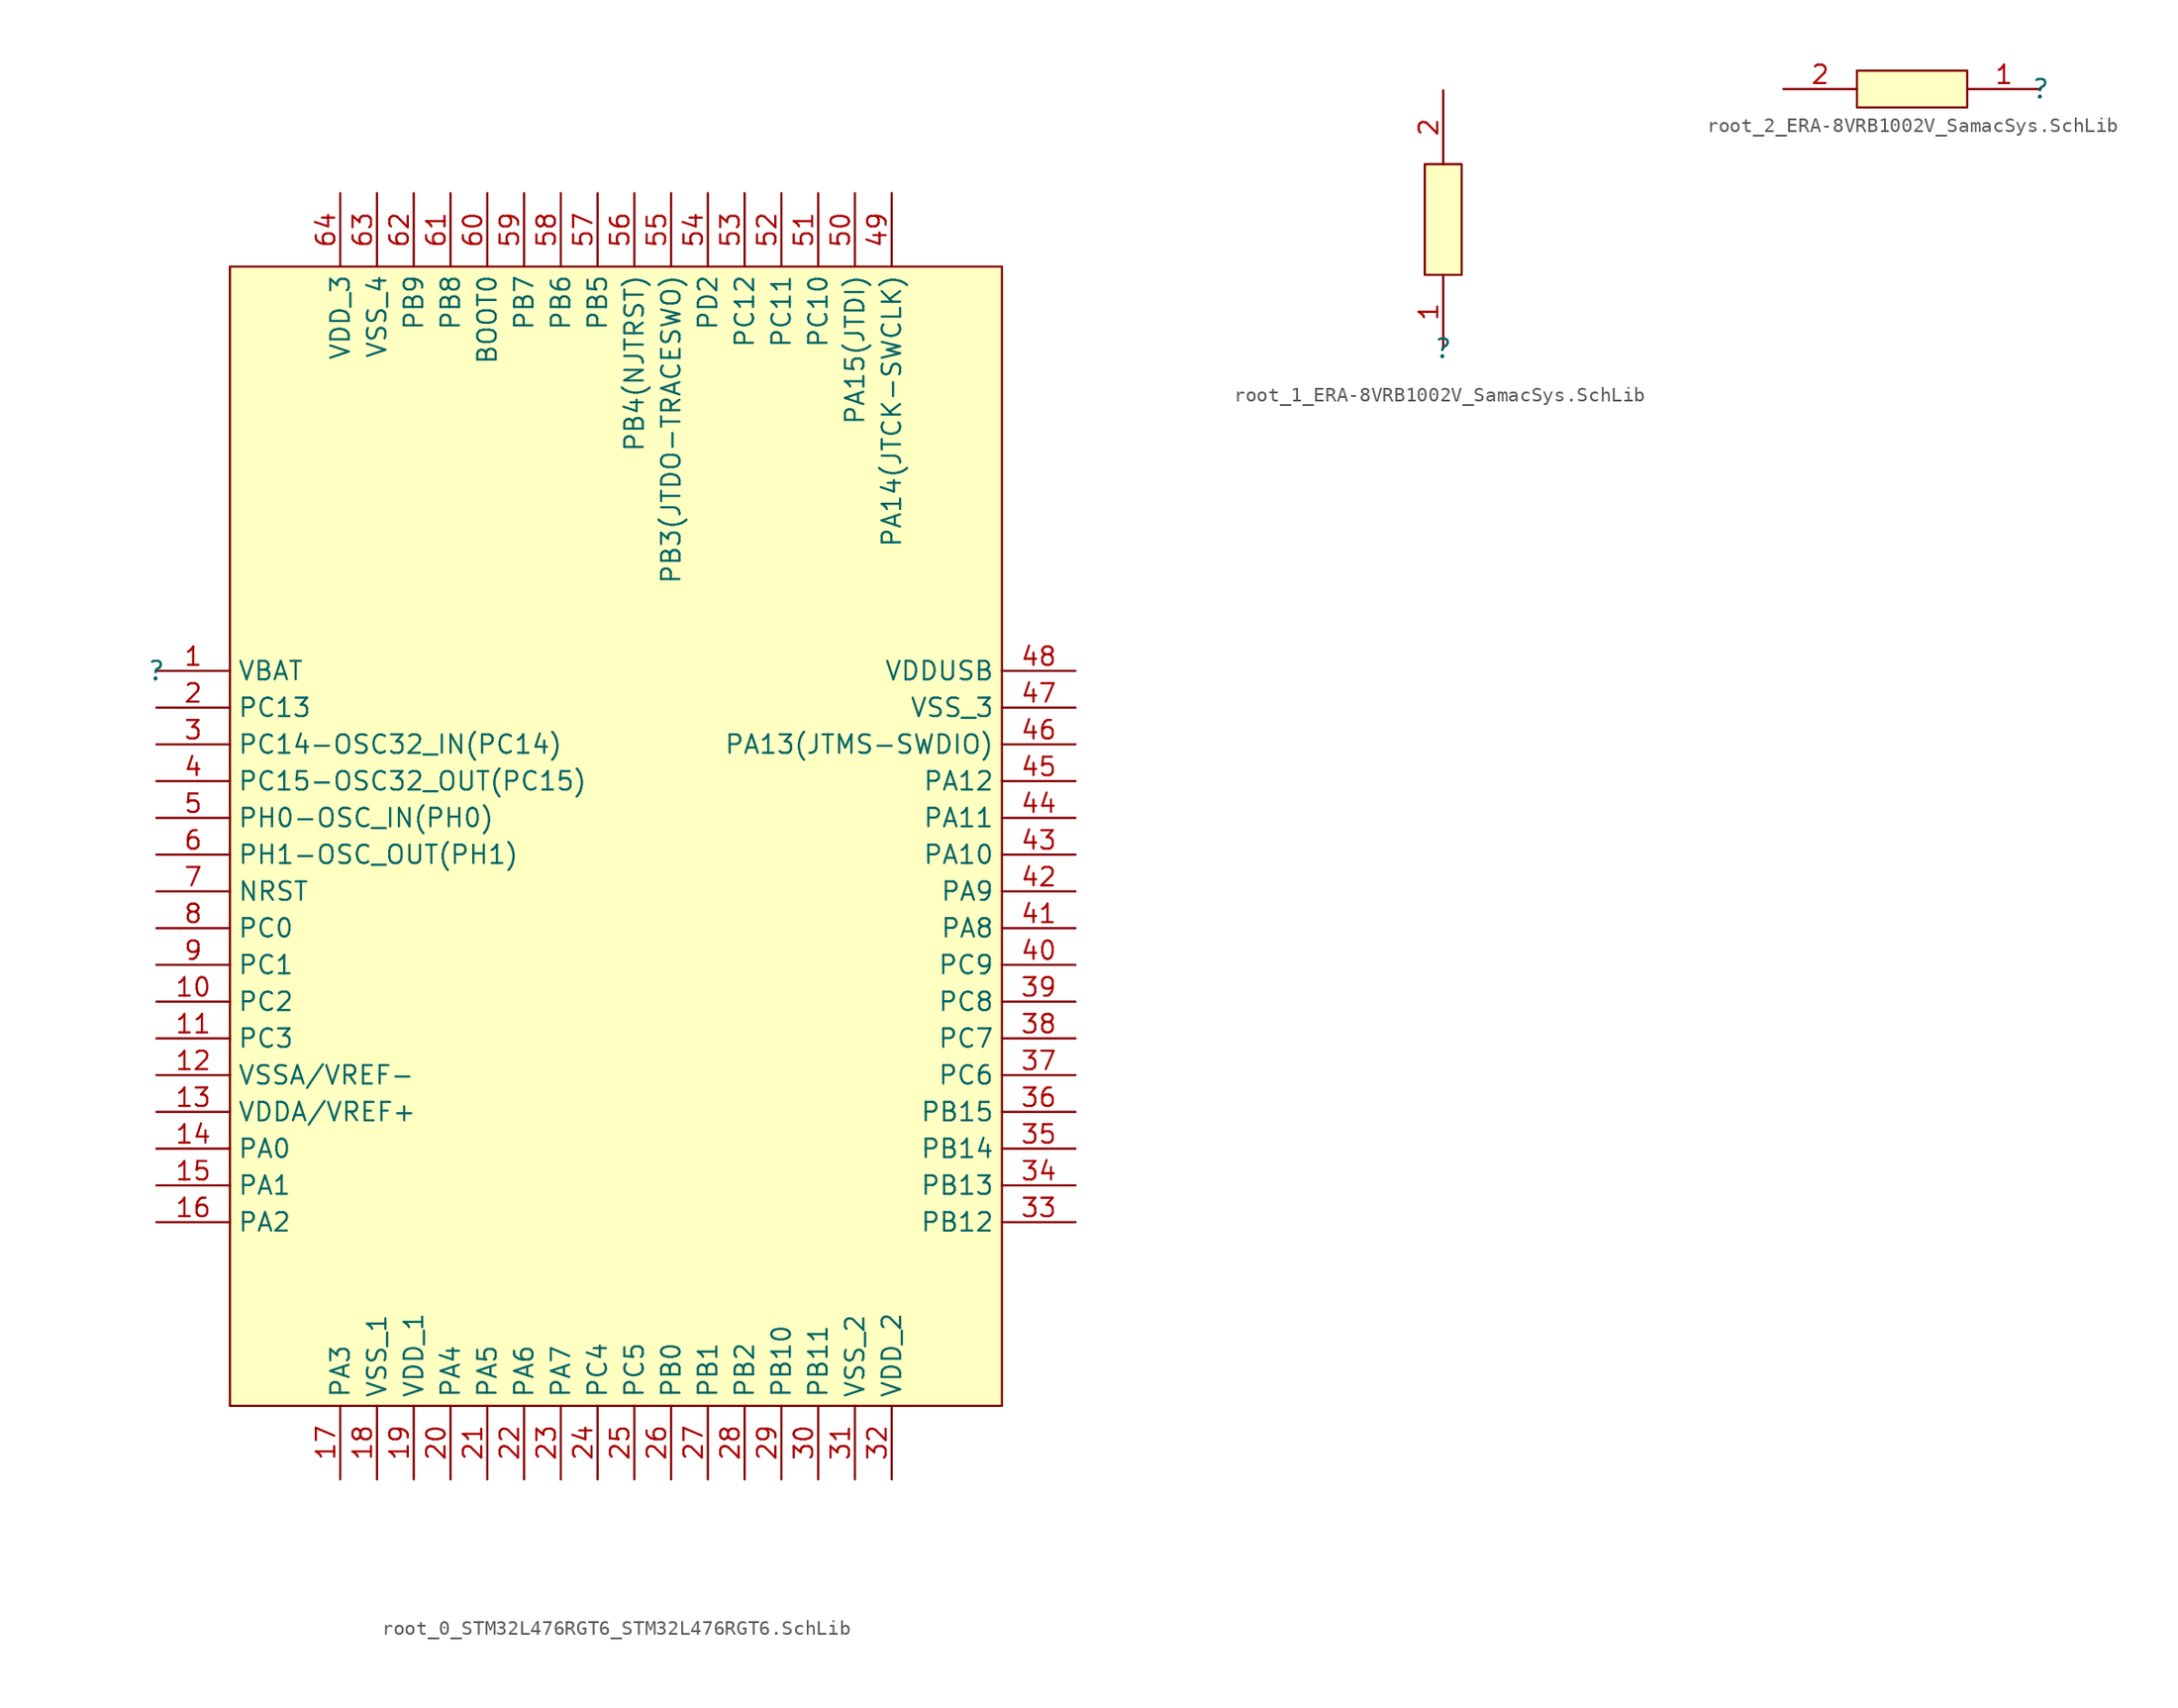
<source format=kicad_sym>
(kicad_symbol_lib
  (version 20241209)
  (generator "kicad_symbol_editor")
  (generator_version "9.0")
  (symbol "root_0_STM32L476RGT6_STM32L476RGT6.SchLib"
    (property "Reference" ""
      (at 0 0 0)
      (effects (font (size 1.27 1.27))))
    (property "Value" ""
      (at 0 0 0)
      (effects (font (size 1.27 1.27))))
    (symbol "root_0_STM32L476RGT6_STM32L476RGT6.SchLib_1_0"
      (rectangle (start 58.42 27.94) (end 5.08 -50.8) (stroke (width 0) (type solid) (color 128 0 0 1)) (fill (type background)))
      (pin passive line (at 0 0 0) (length 5.08) (name "VBAT" (effects (font (size 1.27 1.27)))) (number "1" (effects (font (size 1.27 1.27)))))
      (pin passive line (at 0 -2.54 0) (length 5.08) (name "PC13" (effects (font (size 1.27 1.27)))) (number "2" (effects (font (size 1.27 1.27)))))
      (pin passive line (at 0 -5.08 0) (length 5.08) (name "PC14-OSC32_IN(PC14)" (effects (font (size 1.27 1.27)))) (number "3" (effects (font (size 1.27 1.27)))))
      (pin passive line (at 0 -7.62 0) (length 5.08) (name "PC15-OSC32_OUT(PC15)" (effects (font (size 1.27 1.27)))) (number "4" (effects (font (size 1.27 1.27)))))
      (pin passive line (at 0 -10.16 0) (length 5.08) (name "PH0-OSC_IN(PH0)" (effects (font (size 1.27 1.27)))) (number "5" (effects (font (size 1.27 1.27)))))
      (pin passive line (at 0 -12.7 0) (length 5.08) (name "PH1-OSC_OUT(PH1)" (effects (font (size 1.27 1.27)))) (number "6" (effects (font (size 1.27 1.27)))))
      (pin passive line (at 0 -15.24 0) (length 5.08) (name "NRST" (effects (font (size 1.27 1.27)))) (number "7" (effects (font (size 1.27 1.27)))))
      (pin passive line (at 0 -17.78 0) (length 5.08) (name "PC0" (effects (font (size 1.27 1.27)))) (number "8" (effects (font (size 1.27 1.27)))))
      (pin passive line (at 0 -20.32 0) (length 5.08) (name "PC1" (effects (font (size 1.27 1.27)))) (number "9" (effects (font (size 1.27 1.27)))))
      (pin passive line (at 0 -22.86 0) (length 5.08) (name "PC2" (effects (font (size 1.27 1.27)))) (number "10" (effects (font (size 1.27 1.27)))))
      (pin passive line (at 0 -25.4 0) (length 5.08) (name "PC3" (effects (font (size 1.27 1.27)))) (number "11" (effects (font (size 1.27 1.27)))))
      (pin passive line (at 0 -27.94 0) (length 5.08) (name "VSSA/VREF-" (effects (font (size 1.27 1.27)))) (number "12" (effects (font (size 1.27 1.27)))))
      (pin passive line (at 0 -30.48 0) (length 5.08) (name "VDDA/VREF+" (effects (font (size 1.27 1.27)))) (number "13" (effects (font (size 1.27 1.27)))))
      (pin passive line (at 0 -33.02 0) (length 5.08) (name "PA0" (effects (font (size 1.27 1.27)))) (number "14" (effects (font (size 1.27 1.27)))))
      (pin passive line (at 0 -35.56 0) (length 5.08) (name "PA1" (effects (font (size 1.27 1.27)))) (number "15" (effects (font (size 1.27 1.27)))))
      (pin passive line (at 0 -38.1 0) (length 5.08) (name "PA2" (effects (font (size 1.27 1.27)))) (number "16" (effects (font (size 1.27 1.27)))))
      (pin passive line (at 12.7 33.02 270) (length 5.08) (name "VDD_3" (effects (font (size 1.27 1.27)))) (number "64" (effects (font (size 1.27 1.27)))))
      (pin passive line (at 12.7 -55.88 90) (length 5.08) (name "PA3" (effects (font (size 1.27 1.27)))) (number "17" (effects (font (size 1.27 1.27)))))
      (pin passive line (at 15.24 33.02 270) (length 5.08) (name "VSS_4" (effects (font (size 1.27 1.27)))) (number "63" (effects (font (size 1.27 1.27)))))
      (pin passive line (at 15.24 -55.88 90) (length 5.08) (name "VSS_1" (effects (font (size 1.27 1.27)))) (number "18" (effects (font (size 1.27 1.27)))))
      (pin passive line (at 17.78 33.02 270) (length 5.08) (name "PB9" (effects (font (size 1.27 1.27)))) (number "62" (effects (font (size 1.27 1.27)))))
      (pin passive line (at 17.78 -55.88 90) (length 5.08) (name "VDD_1" (effects (font (size 1.27 1.27)))) (number "19" (effects (font (size 1.27 1.27)))))
      (pin passive line (at 20.32 33.02 270) (length 5.08) (name "PB8" (effects (font (size 1.27 1.27)))) (number "61" (effects (font (size 1.27 1.27)))))
      (pin passive line (at 20.32 -55.88 90) (length 5.08) (name "PA4" (effects (font (size 1.27 1.27)))) (number "20" (effects (font (size 1.27 1.27)))))
      (pin passive line (at 22.86 33.02 270) (length 5.08) (name "BOOT0" (effects (font (size 1.27 1.27)))) (number "60" (effects (font (size 1.27 1.27)))))
      (pin passive line (at 22.86 -55.88 90) (length 5.08) (name "PA5" (effects (font (size 1.27 1.27)))) (number "21" (effects (font (size 1.27 1.27)))))
      (pin passive line (at 25.4 33.02 270) (length 5.08) (name "PB7" (effects (font (size 1.27 1.27)))) (number "59" (effects (font (size 1.27 1.27)))))
      (pin passive line (at 25.4 -55.88 90) (length 5.08) (name "PA6" (effects (font (size 1.27 1.27)))) (number "22" (effects (font (size 1.27 1.27)))))
      (pin passive line (at 27.94 33.02 270) (length 5.08) (name "PB6" (effects (font (size 1.27 1.27)))) (number "58" (effects (font (size 1.27 1.27)))))
      (pin passive line (at 27.94 -55.88 90) (length 5.08) (name "PA7" (effects (font (size 1.27 1.27)))) (number "23" (effects (font (size 1.27 1.27)))))
      (pin passive line (at 30.48 33.02 270) (length 5.08) (name "PB5" (effects (font (size 1.27 1.27)))) (number "57" (effects (font (size 1.27 1.27)))))
      (pin passive line (at 30.48 -55.88 90) (length 5.08) (name "PC4" (effects (font (size 1.27 1.27)))) (number "24" (effects (font (size 1.27 1.27)))))
      (pin passive line (at 33.02 33.02 270) (length 5.08) (name "PB4(NJTRST)" (effects (font (size 1.27 1.27)))) (number "56" (effects (font (size 1.27 1.27)))))
      (pin passive line (at 33.02 -55.88 90) (length 5.08) (name "PC5" (effects (font (size 1.27 1.27)))) (number "25" (effects (font (size 1.27 1.27)))))
      (pin passive line (at 35.56 33.02 270) (length 5.08) (name "PB3(JTDO-TRACESWO)" (effects (font (size 1.27 1.27)))) (number "55" (effects (font (size 1.27 1.27)))))
      (pin passive line (at 35.56 -55.88 90) (length 5.08) (name "PB0" (effects (font (size 1.27 1.27)))) (number "26" (effects (font (size 1.27 1.27)))))
      (pin passive line (at 38.1 33.02 270) (length 5.08) (name "PD2" (effects (font (size 1.27 1.27)))) (number "54" (effects (font (size 1.27 1.27)))))
      (pin passive line (at 38.1 -55.88 90) (length 5.08) (name "PB1" (effects (font (size 1.27 1.27)))) (number "27" (effects (font (size 1.27 1.27)))))
      (pin passive line (at 40.64 33.02 270) (length 5.08) (name "PC12" (effects (font (size 1.27 1.27)))) (number "53" (effects (font (size 1.27 1.27)))))
      (pin passive line (at 40.64 -55.88 90) (length 5.08) (name "PB2" (effects (font (size 1.27 1.27)))) (number "28" (effects (font (size 1.27 1.27)))))
      (pin passive line (at 43.18 33.02 270) (length 5.08) (name "PC11" (effects (font (size 1.27 1.27)))) (number "52" (effects (font (size 1.27 1.27)))))
      (pin passive line (at 43.18 -55.88 90) (length 5.08) (name "PB10" (effects (font (size 1.27 1.27)))) (number "29" (effects (font (size 1.27 1.27)))))
      (pin passive line (at 45.72 33.02 270) (length 5.08) (name "PC10" (effects (font (size 1.27 1.27)))) (number "51" (effects (font (size 1.27 1.27)))))
      (pin passive line (at 45.72 -55.88 90) (length 5.08) (name "PB11" (effects (font (size 1.27 1.27)))) (number "30" (effects (font (size 1.27 1.27)))))
      (pin passive line (at 48.26 33.02 270) (length 5.08) (name "PA15(JTDI)" (effects (font (size 1.27 1.27)))) (number "50" (effects (font (size 1.27 1.27)))))
      (pin passive line (at 48.26 -55.88 90) (length 5.08) (name "VSS_2" (effects (font (size 1.27 1.27)))) (number "31" (effects (font (size 1.27 1.27)))))
      (pin passive line (at 50.8 33.02 270) (length 5.08) (name "PA14(JTCK-SWCLK)" (effects (font (size 1.27 1.27)))) (number "49" (effects (font (size 1.27 1.27)))))
      (pin passive line (at 50.8 -55.88 90) (length 5.08) (name "VDD_2" (effects (font (size 1.27 1.27)))) (number "32" (effects (font (size 1.27 1.27)))))
      (pin passive line (at 63.5 0 180) (length 5.08) (name "VDDUSB" (effects (font (size 1.27 1.27)))) (number "48" (effects (font (size 1.27 1.27)))))
      (pin passive line (at 63.5 -2.54 180) (length 5.08) (name "VSS_3" (effects (font (size 1.27 1.27)))) (number "47" (effects (font (size 1.27 1.27)))))
      (pin passive line (at 63.5 -5.08 180) (length 5.08) (name "PA13(JTMS-SWDIO)" (effects (font (size 1.27 1.27)))) (number "46" (effects (font (size 1.27 1.27)))))
      (pin passive line (at 63.5 -7.62 180) (length 5.08) (name "PA12" (effects (font (size 1.27 1.27)))) (number "45" (effects (font (size 1.27 1.27)))))
      (pin passive line (at 63.5 -10.16 180) (length 5.08) (name "PA11" (effects (font (size 1.27 1.27)))) (number "44" (effects (font (size 1.27 1.27)))))
      (pin passive line (at 63.5 -12.7 180) (length 5.08) (name "PA10" (effects (font (size 1.27 1.27)))) (number "43" (effects (font (size 1.27 1.27)))))
      (pin passive line (at 63.5 -15.24 180) (length 5.08) (name "PA9" (effects (font (size 1.27 1.27)))) (number "42" (effects (font (size 1.27 1.27)))))
      (pin passive line (at 63.5 -17.78 180) (length 5.08) (name "PA8" (effects (font (size 1.27 1.27)))) (number "41" (effects (font (size 1.27 1.27)))))
      (pin passive line (at 63.5 -20.32 180) (length 5.08) (name "PC9" (effects (font (size 1.27 1.27)))) (number "40" (effects (font (size 1.27 1.27)))))
      (pin passive line (at 63.5 -22.86 180) (length 5.08) (name "PC8" (effects (font (size 1.27 1.27)))) (number "39" (effects (font (size 1.27 1.27)))))
      (pin passive line (at 63.5 -25.4 180) (length 5.08) (name "PC7" (effects (font (size 1.27 1.27)))) (number "38" (effects (font (size 1.27 1.27)))))
      (pin passive line (at 63.5 -27.94 180) (length 5.08) (name "PC6" (effects (font (size 1.27 1.27)))) (number "37" (effects (font (size 1.27 1.27)))))
      (pin passive line (at 63.5 -30.48 180) (length 5.08) (name "PB15" (effects (font (size 1.27 1.27)))) (number "36" (effects (font (size 1.27 1.27)))))
      (pin passive line (at 63.5 -33.02 180) (length 5.08) (name "PB14" (effects (font (size 1.27 1.27)))) (number "35" (effects (font (size 1.27 1.27)))))
      (pin passive line (at 63.5 -35.56 180) (length 5.08) (name "PB13" (effects (font (size 1.27 1.27)))) (number "34" (effects (font (size 1.27 1.27)))))
      (pin passive line (at 63.5 -38.1 180) (length 5.08) (name "PB12" (effects (font (size 1.27 1.27)))) (number "33" (effects (font (size 1.27 1.27)))))))
  (symbol "root_1_ERA-8VRB1002V_SamacSys.SchLib"
    (pin_names
      (hide yes))
    (property "Reference" ""
      (at 0 0 0)
      (effects (font (size 1.27 1.27))))
    (property "Value" ""
      (at 0 0 0)
      (effects (font (size 1.27 1.27))))
    (symbol "root_1_ERA-8VRB1002V_SamacSys.SchLib_1_0"
      (rectangle (start 1.27 12.7) (end -1.27 5.08) (stroke (width 0) (type solid) (color 128 0 0 1)) (fill (type background)))
      (pin passive line (at 0 17.78 270) (length 5.08) (name "2" (effects (font (size 1.27 1.27)))) (number "2" (effects (font (size 1.27 1.27)))))
      (pin passive line (at 0 0 90) (length 5.08) (name "1" (effects (font (size 1.27 1.27)))) (number "1" (effects (font (size 1.27 1.27)))))))
  (symbol "root_2_ERA-8VRB1002V_SamacSys.SchLib"
    (pin_names
      (hide yes))
    (property "Reference" ""
      (at 0 0 0)
      (effects (font (size 1.27 1.27))))
    (property "Value" ""
      (at 0 0 0)
      (effects (font (size 1.27 1.27))))
    (symbol "root_2_ERA-8VRB1002V_SamacSys.SchLib_1_0"
      (rectangle (start -5.08 1.27) (end -12.7 -1.27) (stroke (width 0) (type solid) (color 128 0 0 1)) (fill (type background)))
      (pin passive line (at -17.78 0 0) (length 5.08) (name "2" (effects (font (size 1.27 1.27)))) (number "2" (effects (font (size 1.27 1.27)))))
      (pin passive line (at 0 0 180) (length 5.08) (name "1" (effects (font (size 1.27 1.27)))) (number "1" (effects (font (size 1.27 1.27))))))))
</source>
